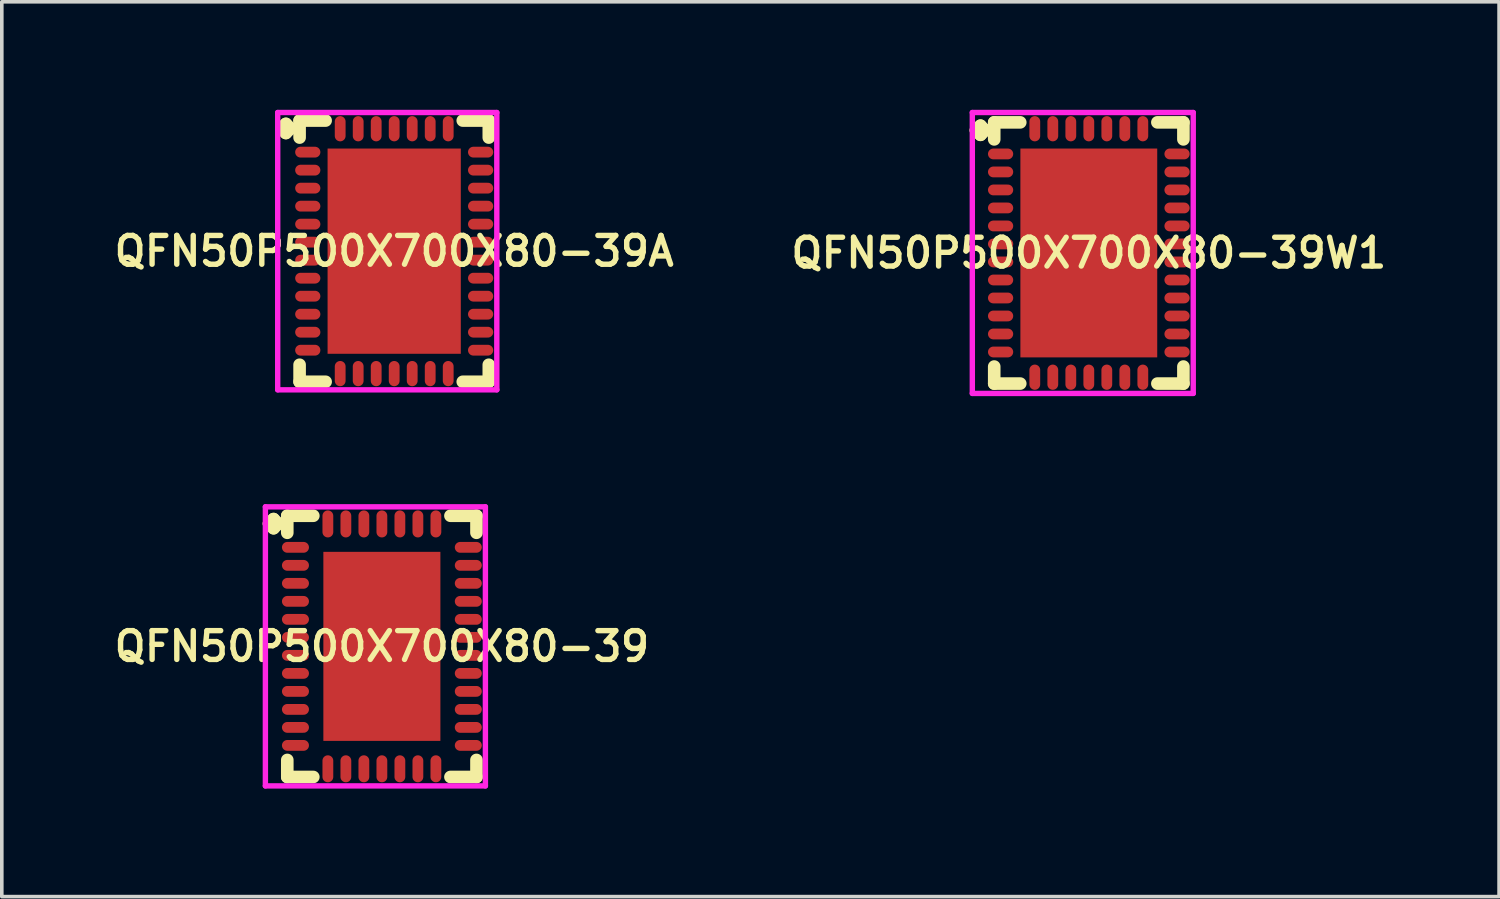
<source format=kicad_pcb>
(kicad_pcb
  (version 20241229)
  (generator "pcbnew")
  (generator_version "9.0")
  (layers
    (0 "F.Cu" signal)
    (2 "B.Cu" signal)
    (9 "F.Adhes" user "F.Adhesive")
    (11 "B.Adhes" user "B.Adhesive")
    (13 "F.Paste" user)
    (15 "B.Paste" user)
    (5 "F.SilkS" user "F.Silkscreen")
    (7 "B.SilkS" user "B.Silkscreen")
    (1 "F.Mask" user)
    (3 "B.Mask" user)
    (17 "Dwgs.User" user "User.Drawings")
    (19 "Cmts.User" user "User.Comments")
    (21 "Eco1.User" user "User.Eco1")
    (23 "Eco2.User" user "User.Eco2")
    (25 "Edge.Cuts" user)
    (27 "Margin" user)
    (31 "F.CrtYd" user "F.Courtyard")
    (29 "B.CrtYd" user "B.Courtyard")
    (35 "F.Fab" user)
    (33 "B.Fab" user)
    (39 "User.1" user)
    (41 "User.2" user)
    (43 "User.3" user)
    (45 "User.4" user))
  (footprint "QFN50P500X700X80-39W1"
    (layer "F.Cu")
    (at 27.187 3.975)
    (property "Reference" "QFN50P500X700X80-39W1" (at 0 0 0) (layer "F.SilkS") (effects (font (size 0.8 0.8) (thickness 0.15))))
    (attr smd)
    (fp_line (start -3.135 -3.408) (end -3.008 -3.535) (stroke (width 0.35) (type solid)) (layer "F.SilkS"))
    (fp_line (start -3.008 -3.535) (end -2.881 -3.408) (stroke (width 0.35) (type solid)) (layer "F.SilkS"))
    (fp_line (start -3.008 -3.281) (end -3.135 -3.408) (stroke (width 0.35) (type solid)) (layer "F.SilkS"))
    (fp_line (start -2.881 -3.408) (end -3.008 -3.281) (stroke (width 0.35) (type solid)) (layer "F.SilkS"))
    (fp_line (start -2.627 -3.627) (end -1.904 -3.627) (stroke (width 0.35) (type solid)) (layer "F.SilkS"))
    (fp_line (start -2.627 -3.154) (end -2.627 -3.627) (stroke (width 0.35) (type solid)) (layer "F.SilkS"))
    (fp_line (start -2.627 3.154) (end -2.627 3.627) (stroke (width 0.35) (type solid)) (layer "F.SilkS"))
    (fp_line (start -2.627 3.627) (end -1.904 3.627) (stroke (width 0.35) (type solid)) (layer "F.SilkS"))
    (fp_line (start 1.904 -3.627) (end 2.627 -3.627) (stroke (width 0.35) (type solid)) (layer "F.SilkS"))
    (fp_line (start 1.904 3.627) (end 2.627 3.627) (stroke (width 0.35) (type solid)) (layer "F.SilkS"))
    (fp_line (start 2.627 -3.627) (end 2.627 -3.154) (stroke (width 0.35) (type solid)) (layer "F.SilkS"))
    (fp_line (start 2.627 3.627) (end 2.627 3.154) (stroke (width 0.35) (type solid)) (layer "F.SilkS"))
    (fp_line (start -3.235 -3.9) (end 2.9 -3.9) (stroke (width 0.15) (type solid)) (layer "F.CrtYd"))
    (fp_line (start -3.235 3.9) (end -3.235 -3.9) (stroke (width 0.15) (type solid)) (layer "F.CrtYd"))
    (fp_line (start 2.9 -3.9) (end 2.9 3.9) (stroke (width 0.15) (type solid)) (layer "F.CrtYd"))
    (fp_line (start 2.9 3.9) (end -3.235 3.9) (stroke (width 0.15) (type solid)) (layer "F.CrtYd"))
    (pad "1" smd oval (at -2.45 -2.75) (size 0.7 0.3) (layers "F.Cu" "F.Mask" "F.Paste"))
    (pad "2" smd oval (at -2.45 -2.25) (size 0.7 0.3) (layers "F.Cu" "F.Mask" "F.Paste"))
    (pad "3" smd oval (at -2.45 -1.75) (size 0.7 0.3) (layers "F.Cu" "F.Mask" "F.Paste"))
    (pad "4" smd oval (at -2.45 -1.25) (size 0.7 0.3) (layers "F.Cu" "F.Mask" "F.Paste"))
    (pad "5" smd oval (at -2.45 -0.75) (size 0.7 0.3) (layers "F.Cu" "F.Mask" "F.Paste"))
    (pad "6" smd oval (at -2.45 -0.25) (size 0.7 0.3) (layers "F.Cu" "F.Mask" "F.Paste"))
    (pad "7" smd oval (at -2.45 0.25) (size 0.7 0.3) (layers "F.Cu" "F.Mask" "F.Paste"))
    (pad "8" smd oval (at -2.45 0.75) (size 0.7 0.3) (layers "F.Cu" "F.Mask" "F.Paste"))
    (pad "9" smd oval (at -2.45 1.25) (size 0.7 0.3) (layers "F.Cu" "F.Mask" "F.Paste"))
    (pad "10" smd oval (at -2.45 1.75) (size 0.7 0.3) (layers "F.Cu" "F.Mask" "F.Paste"))
    (pad "11" smd oval (at -2.45 2.25) (size 0.7 0.3) (layers "F.Cu" "F.Mask" "F.Paste"))
    (pad "12" smd oval (at -2.45 2.75) (size 0.7 0.3) (layers "F.Cu" "F.Mask" "F.Paste"))
    (pad "13" smd oval (at -1.5 3.45) (size 0.3 0.7) (layers "F.Cu" "F.Mask" "F.Paste"))
    (pad "14" smd oval (at -1 3.45) (size 0.3 0.7) (layers "F.Cu" "F.Mask" "F.Paste"))
    (pad "15" smd oval (at -0.5 3.45) (size 0.3 0.7) (layers "F.Cu" "F.Mask" "F.Paste"))
    (pad "16" smd oval (at 0 3.45) (size 0.3 0.7) (layers "F.Cu" "F.Mask" "F.Paste"))
    (pad "17" smd oval (at 0.5 3.45) (size 0.3 0.7) (layers "F.Cu" "F.Mask" "F.Paste"))
    (pad "18" smd oval (at 1 3.45) (size 0.3 0.7) (layers "F.Cu" "F.Mask" "F.Paste"))
    (pad "19" smd oval (at 1.5 3.45) (size 0.3 0.7) (layers "F.Cu" "F.Mask" "F.Paste"))
    (pad "20" smd oval (at 2.45 2.75) (size 0.7 0.3) (layers "F.Cu" "F.Mask" "F.Paste"))
    (pad "21" smd oval (at 2.45 2.25) (size 0.7 0.3) (layers "F.Cu" "F.Mask" "F.Paste"))
    (pad "22" smd oval (at 2.45 1.75) (size 0.7 0.3) (layers "F.Cu" "F.Mask" "F.Paste"))
    (pad "23" smd oval (at 2.45 1.25) (size 0.7 0.3) (layers "F.Cu" "F.Mask" "F.Paste"))
    (pad "24" smd oval (at 2.45 0.75) (size 0.7 0.3) (layers "F.Cu" "F.Mask" "F.Paste"))
    (pad "25" smd oval (at 2.45 0.25) (size 0.7 0.3) (layers "F.Cu" "F.Mask" "F.Paste"))
    (pad "26" smd oval (at 2.45 -0.25) (size 0.7 0.3) (layers "F.Cu" "F.Mask" "F.Paste"))
    (pad "27" smd oval (at 2.45 -0.75) (size 0.7 0.3) (layers "F.Cu" "F.Mask" "F.Paste"))
    (pad "28" smd oval (at 2.45 -1.25) (size 0.7 0.3) (layers "F.Cu" "F.Mask" "F.Paste"))
    (pad "29" smd oval (at 2.45 -1.75) (size 0.7 0.3) (layers "F.Cu" "F.Mask" "F.Paste"))
    (pad "30" smd oval (at 2.45 -2.25) (size 0.7 0.3) (layers "F.Cu" "F.Mask" "F.Paste"))
    (pad "31" smd oval (at 2.45 -2.75) (size 0.7 0.3) (layers "F.Cu" "F.Mask" "F.Paste"))
    (pad "32" smd oval (at 1.5 -3.45) (size 0.3 0.7) (layers "F.Cu" "F.Mask" "F.Paste"))
    (pad "33" smd oval (at 1 -3.45) (size 0.3 0.7) (layers "F.Cu" "F.Mask" "F.Paste"))
    (pad "34" smd oval (at 0.5 -3.45) (size 0.3 0.7) (layers "F.Cu" "F.Mask" "F.Paste"))
    (pad "35" smd oval (at 0 -3.45) (size 0.3 0.7) (layers "F.Cu" "F.Mask" "F.Paste"))
    (pad "36" smd oval (at -0.5 -3.45) (size 0.3 0.7) (layers "F.Cu" "F.Mask" "F.Paste"))
    (pad "37" smd oval (at -1 -3.45) (size 0.3 0.7) (layers "F.Cu" "F.Mask" "F.Paste"))
    (pad "38" smd oval (at -1.5 -3.45) (size 0.3 0.7) (layers "F.Cu" "F.Mask" "F.Paste"))
    (pad "39" smd rect (at 0 0) (size 3.8 5.8) (layers "F.Cu" "F.Mask" "F.Paste")))
  (footprint "QFN50P500X700X80-39"
    (layer "F.Cu")
    (at 7.555 14.9)
    (property "Reference" "QFN50P500X700X80-39" (at 0 0 0) (layer "F.SilkS") (effects (font (size 0.8 0.8) (thickness 0.15))))
    (attr smd)
    (fp_line (start -3.135 -3.408) (end -3.008 -3.535) (stroke (width 0.35) (type solid)) (layer "F.SilkS"))
    (fp_line (start -3.008 -3.535) (end -2.881 -3.408) (stroke (width 0.35) (type solid)) (layer "F.SilkS"))
    (fp_line (start -3.008 -3.281) (end -3.135 -3.408) (stroke (width 0.35) (type solid)) (layer "F.SilkS"))
    (fp_line (start -2.881 -3.408) (end -3.008 -3.281) (stroke (width 0.35) (type solid)) (layer "F.SilkS"))
    (fp_line (start -2.627 -3.627) (end -1.904 -3.627) (stroke (width 0.35) (type solid)) (layer "F.SilkS"))
    (fp_line (start -2.627 -3.154) (end -2.627 -3.627) (stroke (width 0.35) (type solid)) (layer "F.SilkS"))
    (fp_line (start -2.627 3.154) (end -2.627 3.627) (stroke (width 0.35) (type solid)) (layer "F.SilkS"))
    (fp_line (start -2.627 3.627) (end -1.904 3.627) (stroke (width 0.35) (type solid)) (layer "F.SilkS"))
    (fp_line (start 1.904 -3.627) (end 2.627 -3.627) (stroke (width 0.35) (type solid)) (layer "F.SilkS"))
    (fp_line (start 1.904 3.627) (end 2.627 3.627) (stroke (width 0.35) (type solid)) (layer "F.SilkS"))
    (fp_line (start 2.627 -3.627) (end 2.627 -3.154) (stroke (width 0.35) (type solid)) (layer "F.SilkS"))
    (fp_line (start 2.627 3.627) (end 2.627 3.154) (stroke (width 0.35) (type solid)) (layer "F.SilkS"))
    (fp_line (start -3.235 -3.875) (end 2.875 -3.875) (stroke (width 0.15) (type solid)) (layer "F.CrtYd"))
    (fp_line (start -3.235 3.875) (end -3.235 -3.875) (stroke (width 0.15) (type solid)) (layer "F.CrtYd"))
    (fp_line (start 2.875 -3.875) (end 2.875 3.875) (stroke (width 0.15) (type solid)) (layer "F.CrtYd"))
    (fp_line (start 2.875 3.875) (end -3.235 3.875) (stroke (width 0.15) (type solid)) (layer "F.CrtYd"))
    (pad "1" smd oval (at -2.4 -2.75) (size 0.75 0.3) (layers "F.Cu" "F.Mask" "F.Paste"))
    (pad "2" smd oval (at -2.4 -2.25) (size 0.75 0.3) (layers "F.Cu" "F.Mask" "F.Paste"))
    (pad "3" smd oval (at -2.4 -1.75) (size 0.75 0.3) (layers "F.Cu" "F.Mask" "F.Paste"))
    (pad "4" smd oval (at -2.4 -1.25) (size 0.75 0.3) (layers "F.Cu" "F.Mask" "F.Paste"))
    (pad "5" smd oval (at -2.4 -0.75) (size 0.75 0.3) (layers "F.Cu" "F.Mask" "F.Paste"))
    (pad "6" smd oval (at -2.4 -0.25) (size 0.75 0.3) (layers "F.Cu" "F.Mask" "F.Paste"))
    (pad "7" smd oval (at -2.4 0.25) (size 0.75 0.3) (layers "F.Cu" "F.Mask" "F.Paste"))
    (pad "8" smd oval (at -2.4 0.75) (size 0.75 0.3) (layers "F.Cu" "F.Mask" "F.Paste"))
    (pad "9" smd oval (at -2.4 1.25) (size 0.75 0.3) (layers "F.Cu" "F.Mask" "F.Paste"))
    (pad "10" smd oval (at -2.4 1.75) (size 0.75 0.3) (layers "F.Cu" "F.Mask" "F.Paste"))
    (pad "11" smd oval (at -2.4 2.25) (size 0.75 0.3) (layers "F.Cu" "F.Mask" "F.Paste"))
    (pad "12" smd oval (at -2.4 2.75) (size 0.75 0.3) (layers "F.Cu" "F.Mask" "F.Paste"))
    (pad "13" smd oval (at -1.5 3.4) (size 0.3 0.75) (layers "F.Cu" "F.Mask" "F.Paste"))
    (pad "14" smd oval (at -1 3.4) (size 0.3 0.75) (layers "F.Cu" "F.Mask" "F.Paste"))
    (pad "15" smd oval (at -0.5 3.4) (size 0.3 0.75) (layers "F.Cu" "F.Mask" "F.Paste"))
    (pad "16" smd oval (at 0 3.4) (size 0.3 0.75) (layers "F.Cu" "F.Mask" "F.Paste"))
    (pad "17" smd oval (at 0.5 3.4) (size 0.3 0.75) (layers "F.Cu" "F.Mask" "F.Paste"))
    (pad "18" smd oval (at 1 3.4) (size 0.3 0.75) (layers "F.Cu" "F.Mask" "F.Paste"))
    (pad "19" smd oval (at 1.5 3.4) (size 0.3 0.75) (layers "F.Cu" "F.Mask" "F.Paste"))
    (pad "20" smd oval (at 2.4 2.75) (size 0.75 0.3) (layers "F.Cu" "F.Mask" "F.Paste"))
    (pad "21" smd oval (at 2.4 2.25) (size 0.75 0.3) (layers "F.Cu" "F.Mask" "F.Paste"))
    (pad "22" smd oval (at 2.4 1.75) (size 0.75 0.3) (layers "F.Cu" "F.Mask" "F.Paste"))
    (pad "23" smd oval (at 2.4 1.25) (size 0.75 0.3) (layers "F.Cu" "F.Mask" "F.Paste"))
    (pad "24" smd oval (at 2.4 0.75) (size 0.75 0.3) (layers "F.Cu" "F.Mask" "F.Paste"))
    (pad "25" smd oval (at 2.4 0.25) (size 0.75 0.3) (layers "F.Cu" "F.Mask" "F.Paste"))
    (pad "26" smd oval (at 2.4 -0.25) (size 0.75 0.3) (layers "F.Cu" "F.Mask" "F.Paste"))
    (pad "27" smd oval (at 2.4 -0.75) (size 0.75 0.3) (layers "F.Cu" "F.Mask" "F.Paste"))
    (pad "28" smd oval (at 2.4 -1.25) (size 0.75 0.3) (layers "F.Cu" "F.Mask" "F.Paste"))
    (pad "29" smd oval (at 2.4 -1.75) (size 0.75 0.3) (layers "F.Cu" "F.Mask" "F.Paste"))
    (pad "30" smd oval (at 2.4 -2.25) (size 0.75 0.3) (layers "F.Cu" "F.Mask" "F.Paste"))
    (pad "31" smd oval (at 2.4 -2.75) (size 0.75 0.3) (layers "F.Cu" "F.Mask" "F.Paste"))
    (pad "32" smd oval (at 1.5 -3.4) (size 0.3 0.75) (layers "F.Cu" "F.Mask" "F.Paste"))
    (pad "33" smd oval (at 1 -3.4) (size 0.3 0.75) (layers "F.Cu" "F.Mask" "F.Paste"))
    (pad "34" smd oval (at 0.5 -3.4) (size 0.3 0.75) (layers "F.Cu" "F.Mask" "F.Paste"))
    (pad "35" smd oval (at 0 -3.4) (size 0.3 0.75) (layers "F.Cu" "F.Mask" "F.Paste"))
    (pad "36" smd oval (at -0.5 -3.4) (size 0.3 0.75) (layers "F.Cu" "F.Mask" "F.Paste"))
    (pad "37" smd oval (at -1 -3.4) (size 0.3 0.75) (layers "F.Cu" "F.Mask" "F.Paste"))
    (pad "38" smd oval (at -1.5 -3.4) (size 0.3 0.75) (layers "F.Cu" "F.Mask" "F.Paste"))
    (pad "39" smd rect (at 0 0) (size 3.25 5.25) (layers "F.Cu" "F.Mask" "F.Paste")))
  (footprint "QFN50P500X700X80-39A"
    (layer "F.Cu")
    (at 7.897 3.925)
    (property "Reference" "QFN50P500X700X80-39A" (at 0 0 0) (layer "F.SilkS") (effects (font (size 0.8 0.8) (thickness 0.15))))
    (attr smd)
    (fp_line (start -3.135 -3.408) (end -3.008 -3.535) (stroke (width 0.35) (type solid)) (layer "F.SilkS"))
    (fp_line (start -3.008 -3.535) (end -2.881 -3.408) (stroke (width 0.35) (type solid)) (layer "F.SilkS"))
    (fp_line (start -3.008 -3.281) (end -3.135 -3.408) (stroke (width 0.35) (type solid)) (layer "F.SilkS"))
    (fp_line (start -2.881 -3.408) (end -3.008 -3.281) (stroke (width 0.35) (type solid)) (layer "F.SilkS"))
    (fp_line (start -2.627 -3.627) (end -1.904 -3.627) (stroke (width 0.35) (type solid)) (layer "F.SilkS"))
    (fp_line (start -2.627 -3.154) (end -2.627 -3.627) (stroke (width 0.35) (type solid)) (layer "F.SilkS"))
    (fp_line (start -2.627 3.154) (end -2.627 3.627) (stroke (width 0.35) (type solid)) (layer "F.SilkS"))
    (fp_line (start -2.627 3.627) (end -1.904 3.627) (stroke (width 0.35) (type solid)) (layer "F.SilkS"))
    (fp_line (start 1.904 -3.627) (end 2.627 -3.627) (stroke (width 0.35) (type solid)) (layer "F.SilkS"))
    (fp_line (start 1.904 3.627) (end 2.627 3.627) (stroke (width 0.35) (type solid)) (layer "F.SilkS"))
    (fp_line (start 2.627 -3.627) (end 2.627 -3.154) (stroke (width 0.35) (type solid)) (layer "F.SilkS"))
    (fp_line (start 2.627 3.627) (end 2.627 3.154) (stroke (width 0.35) (type solid)) (layer "F.SilkS"))
    (fp_line (start -3.235 -3.85) (end 2.85 -3.85) (stroke (width 0.15) (type solid)) (layer "F.CrtYd"))
    (fp_line (start -3.235 3.85) (end -3.235 -3.85) (stroke (width 0.15) (type solid)) (layer "F.CrtYd"))
    (fp_line (start 2.85 -3.85) (end 2.85 3.85) (stroke (width 0.15) (type solid)) (layer "F.CrtYd"))
    (fp_line (start 2.85 3.85) (end -3.235 3.85) (stroke (width 0.15) (type solid)) (layer "F.CrtYd"))
    (pad "1" smd oval (at -2.4 -2.75) (size 0.7 0.3) (layers "F.Cu" "F.Mask" "F.Paste"))
    (pad "2" smd oval (at -2.4 -2.25) (size 0.7 0.3) (layers "F.Cu" "F.Mask" "F.Paste"))
    (pad "3" smd oval (at -2.4 -1.75) (size 0.7 0.3) (layers "F.Cu" "F.Mask" "F.Paste"))
    (pad "4" smd oval (at -2.4 -1.25) (size 0.7 0.3) (layers "F.Cu" "F.Mask" "F.Paste"))
    (pad "5" smd oval (at -2.4 -0.75) (size 0.7 0.3) (layers "F.Cu" "F.Mask" "F.Paste"))
    (pad "6" smd oval (at -2.4 -0.25) (size 0.7 0.3) (layers "F.Cu" "F.Mask" "F.Paste"))
    (pad "7" smd oval (at -2.4 0.25) (size 0.7 0.3) (layers "F.Cu" "F.Mask" "F.Paste"))
    (pad "8" smd oval (at -2.4 0.75) (size 0.7 0.3) (layers "F.Cu" "F.Mask" "F.Paste"))
    (pad "9" smd oval (at -2.4 1.25) (size 0.7 0.3) (layers "F.Cu" "F.Mask" "F.Paste"))
    (pad "10" smd oval (at -2.4 1.75) (size 0.7 0.3) (layers "F.Cu" "F.Mask" "F.Paste"))
    (pad "11" smd oval (at -2.4 2.25) (size 0.7 0.3) (layers "F.Cu" "F.Mask" "F.Paste"))
    (pad "12" smd oval (at -2.4 2.75) (size 0.7 0.3) (layers "F.Cu" "F.Mask" "F.Paste"))
    (pad "13" smd oval (at -1.5 3.4) (size 0.3 0.7) (layers "F.Cu" "F.Mask" "F.Paste"))
    (pad "14" smd oval (at -1 3.4) (size 0.3 0.7) (layers "F.Cu" "F.Mask" "F.Paste"))
    (pad "15" smd oval (at -0.5 3.4) (size 0.3 0.7) (layers "F.Cu" "F.Mask" "F.Paste"))
    (pad "16" smd oval (at 0 3.4) (size 0.3 0.7) (layers "F.Cu" "F.Mask" "F.Paste"))
    (pad "17" smd oval (at 0.5 3.4) (size 0.3 0.7) (layers "F.Cu" "F.Mask" "F.Paste"))
    (pad "18" smd oval (at 1 3.4) (size 0.3 0.7) (layers "F.Cu" "F.Mask" "F.Paste"))
    (pad "19" smd oval (at 1.5 3.4) (size 0.3 0.7) (layers "F.Cu" "F.Mask" "F.Paste"))
    (pad "20" smd oval (at 2.4 2.75) (size 0.7 0.3) (layers "F.Cu" "F.Mask" "F.Paste"))
    (pad "21" smd oval (at 2.4 2.25) (size 0.7 0.3) (layers "F.Cu" "F.Mask" "F.Paste"))
    (pad "22" smd oval (at 2.4 1.75) (size 0.7 0.3) (layers "F.Cu" "F.Mask" "F.Paste"))
    (pad "23" smd oval (at 2.4 1.25) (size 0.7 0.3) (layers "F.Cu" "F.Mask" "F.Paste"))
    (pad "24" smd oval (at 2.4 0.75) (size 0.7 0.3) (layers "F.Cu" "F.Mask" "F.Paste"))
    (pad "25" smd oval (at 2.4 0.25) (size 0.7 0.3) (layers "F.Cu" "F.Mask" "F.Paste"))
    (pad "26" smd oval (at 2.4 -0.25) (size 0.7 0.3) (layers "F.Cu" "F.Mask" "F.Paste"))
    (pad "27" smd oval (at 2.4 -0.75) (size 0.7 0.3) (layers "F.Cu" "F.Mask" "F.Paste"))
    (pad "28" smd oval (at 2.4 -1.25) (size 0.7 0.3) (layers "F.Cu" "F.Mask" "F.Paste"))
    (pad "29" smd oval (at 2.4 -1.75) (size 0.7 0.3) (layers "F.Cu" "F.Mask" "F.Paste"))
    (pad "30" smd oval (at 2.4 -2.25) (size 0.7 0.3) (layers "F.Cu" "F.Mask" "F.Paste"))
    (pad "31" smd oval (at 2.4 -2.75) (size 0.7 0.3) (layers "F.Cu" "F.Mask" "F.Paste"))
    (pad "32" smd oval (at 1.5 -3.4) (size 0.3 0.7) (layers "F.Cu" "F.Mask" "F.Paste"))
    (pad "33" smd oval (at 1 -3.4) (size 0.3 0.7) (layers "F.Cu" "F.Mask" "F.Paste"))
    (pad "34" smd oval (at 0.5 -3.4) (size 0.3 0.7) (layers "F.Cu" "F.Mask" "F.Paste"))
    (pad "35" smd oval (at 0 -3.4) (size 0.3 0.7) (layers "F.Cu" "F.Mask" "F.Paste"))
    (pad "36" smd oval (at -0.5 -3.4) (size 0.3 0.7) (layers "F.Cu" "F.Mask" "F.Paste"))
    (pad "37" smd oval (at -1 -3.4) (size 0.3 0.7) (layers "F.Cu" "F.Mask" "F.Paste"))
    (pad "38" smd oval (at -1.5 -3.4) (size 0.3 0.7) (layers "F.Cu" "F.Mask" "F.Paste"))
    (pad "39" smd rect (at 0 0) (size 3.7 5.7) (layers "F.Cu" "F.Mask" "F.Paste")))
  (gr_rect
    (start -3 -3)
    (end 38.58 21.85)
    (stroke (width 0.1) (type default))
    (fill no)
    (layer "Edge.Cuts")))
</source>
